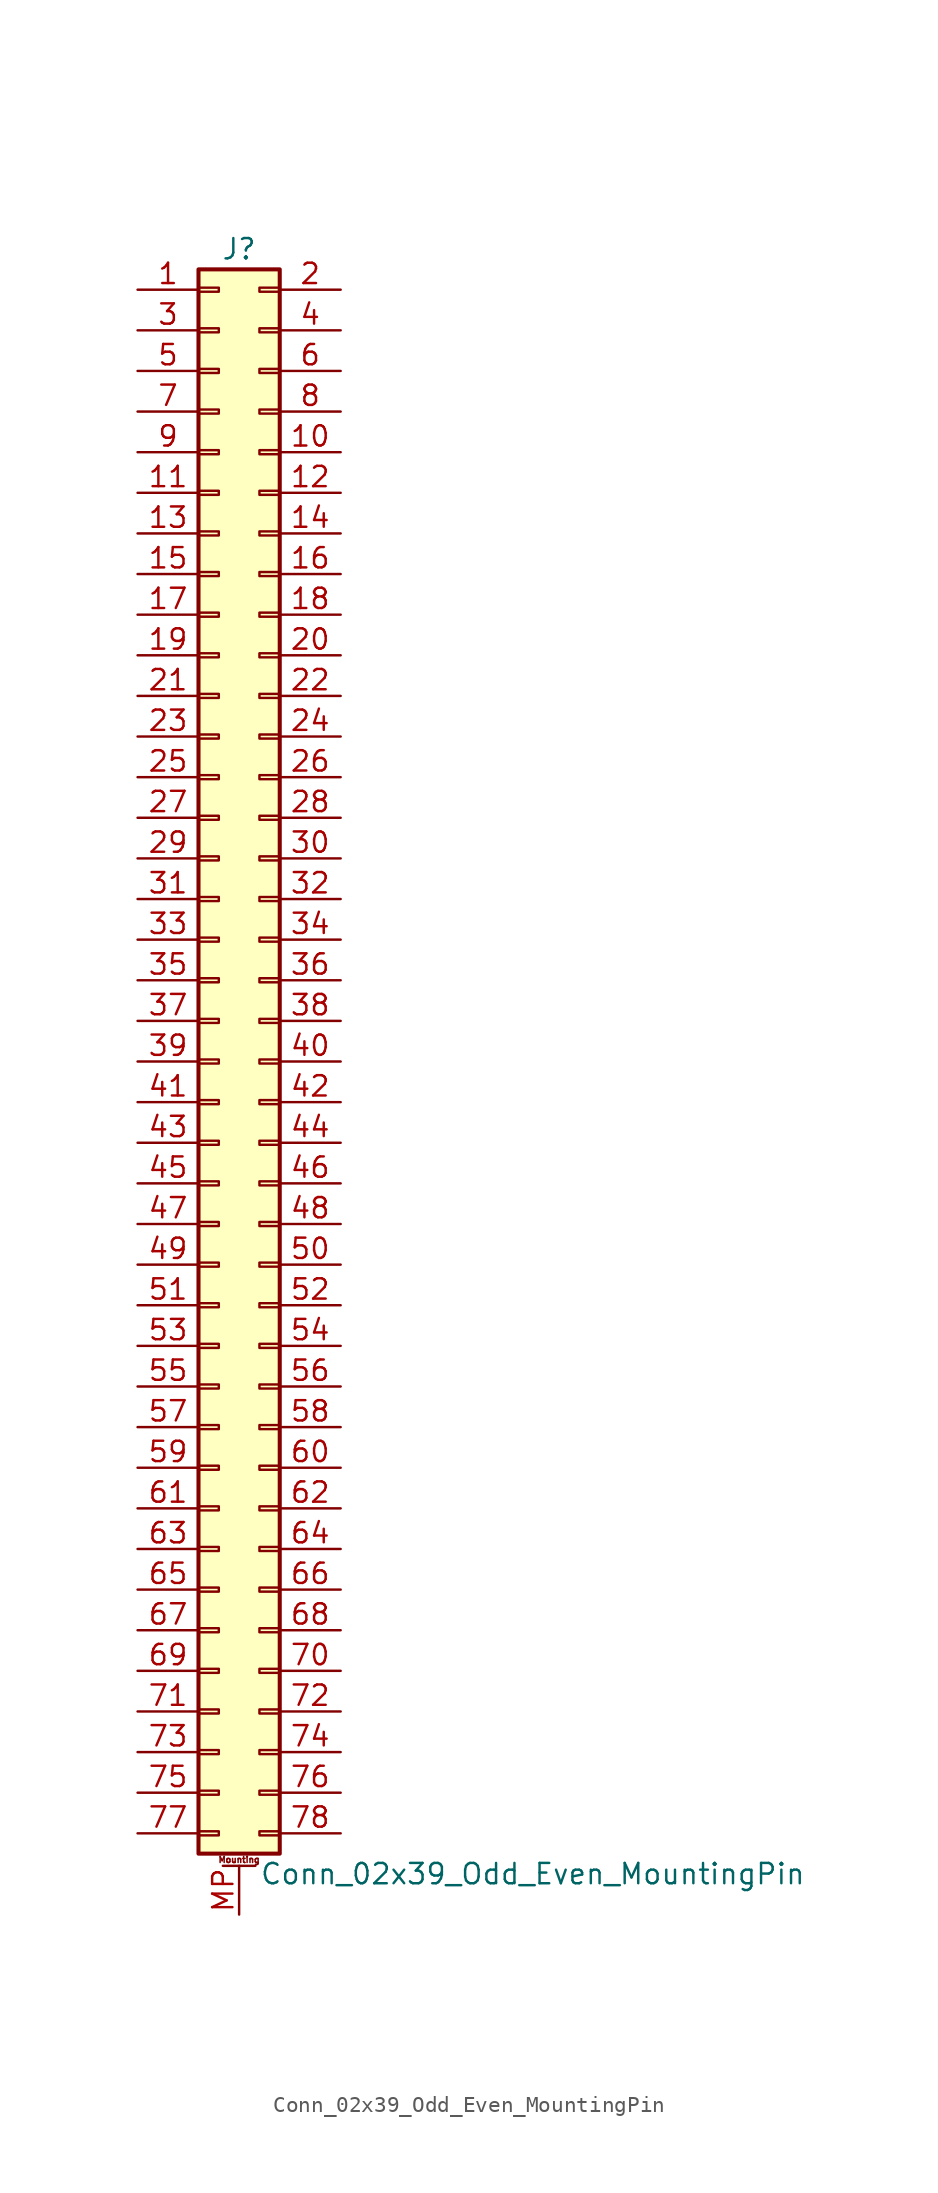
<source format=kicad_sym>
(kicad_symbol_lib
  (version 20201005)
  (generator kicad_symbol_editor)
  (symbol "Conn_02x39_Odd_Even_MountingPin"
    (pin_names
      (offset 1.016) hide)
    (property "Reference" "J"
      (at 1.27 50.8 0)
      (effects (font (size 1.27 1.27))))
    (property "Value" "Conn_02x39_Odd_Even_MountingPin"
      (at 2.54 -50.8 0)
      (effects (font (size 1.27 1.27)) (justify left)))
    (symbol "Conn_02x39_Odd_Even_MountingPin_1_1"
      (text "Mounting" (at 1.27 -49.911 0) (effects (font (size 0.381 0.381))))
      (rectangle (start -1.27 -48.133) (end 0 -48.387) (stroke (width 0.152)) (fill (type none)))
      (rectangle (start -1.27 -45.593) (end 0 -45.847) (stroke (width 0.152)) (fill (type none)))
      (rectangle (start -1.27 -43.053) (end 0 -43.307) (stroke (width 0.152)) (fill (type none)))
      (rectangle (start -1.27 -40.513) (end 0 -40.767) (stroke (width 0.152)) (fill (type none)))
      (rectangle (start -1.27 -37.973) (end 0 -38.227) (stroke (width 0.152)) (fill (type none)))
      (rectangle (start -1.27 -35.433) (end 0 -35.687) (stroke (width 0.152)) (fill (type none)))
      (rectangle (start -1.27 -32.893) (end 0 -33.147) (stroke (width 0.152)) (fill (type none)))
      (rectangle (start -1.27 -30.353) (end 0 -30.607) (stroke (width 0.152)) (fill (type none)))
      (rectangle (start -1.27 -27.813) (end 0 -28.067) (stroke (width 0.152)) (fill (type none)))
      (rectangle (start -1.27 -25.273) (end 0 -25.527) (stroke (width 0.152)) (fill (type none)))
      (rectangle (start -1.27 -22.733) (end 0 -22.987) (stroke (width 0.152)) (fill (type none)))
      (rectangle (start -1.27 -20.193) (end 0 -20.447) (stroke (width 0.152)) (fill (type none)))
      (rectangle (start -1.27 -17.653) (end 0 -17.907) (stroke (width 0.152)) (fill (type none)))
      (rectangle (start -1.27 -15.113) (end 0 -15.367) (stroke (width 0.152)) (fill (type none)))
      (rectangle (start -1.27 -12.573) (end 0 -12.827) (stroke (width 0.152)) (fill (type none)))
      (rectangle (start -1.27 -10.033) (end 0 -10.287) (stroke (width 0.152)) (fill (type none)))
      (rectangle (start -1.27 -7.493) (end 0 -7.747) (stroke (width 0.152)) (fill (type none)))
      (rectangle (start -1.27 -4.953) (end 0 -5.207) (stroke (width 0.152)) (fill (type none)))
      (rectangle (start -1.27 -2.413) (end 0 -2.667) (stroke (width 0.152)) (fill (type none)))
      (rectangle (start -1.27 0.127) (end 0 -0.127) (stroke (width 0.152)) (fill (type none)))
      (rectangle (start -1.27 2.667) (end 0 2.413) (stroke (width 0.152)) (fill (type none)))
      (rectangle (start -1.27 5.207) (end 0 4.953) (stroke (width 0.152)) (fill (type none)))
      (rectangle (start -1.27 7.747) (end 0 7.493) (stroke (width 0.152)) (fill (type none)))
      (rectangle (start -1.27 10.287) (end 0 10.033) (stroke (width 0.152)) (fill (type none)))
      (rectangle (start -1.27 12.827) (end 0 12.573) (stroke (width 0.152)) (fill (type none)))
      (rectangle (start -1.27 15.367) (end 0 15.113) (stroke (width 0.152)) (fill (type none)))
      (rectangle (start -1.27 17.907) (end 0 17.653) (stroke (width 0.152)) (fill (type none)))
      (rectangle (start -1.27 20.447) (end 0 20.193) (stroke (width 0.152)) (fill (type none)))
      (rectangle (start -1.27 22.987) (end 0 22.733) (stroke (width 0.152)) (fill (type none)))
      (rectangle (start -1.27 25.527) (end 0 25.273) (stroke (width 0.152)) (fill (type none)))
      (rectangle (start -1.27 28.067) (end 0 27.813) (stroke (width 0.152)) (fill (type none)))
      (rectangle (start -1.27 30.607) (end 0 30.353) (stroke (width 0.152)) (fill (type none)))
      (rectangle (start -1.27 33.147) (end 0 32.893) (stroke (width 0.152)) (fill (type none)))
      (rectangle (start -1.27 35.687) (end 0 35.433) (stroke (width 0.152)) (fill (type none)))
      (rectangle (start -1.27 38.227) (end 0 37.973) (stroke (width 0.152)) (fill (type none)))
      (rectangle (start -1.27 40.767) (end 0 40.513) (stroke (width 0.152)) (fill (type none)))
      (rectangle (start -1.27 43.307) (end 0 43.053) (stroke (width 0.152)) (fill (type none)))
      (rectangle (start -1.27 45.847) (end 0 45.593) (stroke (width 0.152)) (fill (type none)))
      (rectangle (start -1.27 48.387) (end 0 48.133) (stroke (width 0.152)) (fill (type none)))
      (rectangle (start 3.81 -48.133) (end 2.54 -48.387) (stroke (width 0.152)) (fill (type none)))
      (rectangle (start 3.81 -45.593) (end 2.54 -45.847) (stroke (width 0.152)) (fill (type none)))
      (rectangle (start 3.81 -43.053) (end 2.54 -43.307) (stroke (width 0.152)) (fill (type none)))
      (rectangle (start 3.81 -40.513) (end 2.54 -40.767) (stroke (width 0.152)) (fill (type none)))
      (rectangle (start 3.81 -37.973) (end 2.54 -38.227) (stroke (width 0.152)) (fill (type none)))
      (rectangle (start 3.81 -35.433) (end 2.54 -35.687) (stroke (width 0.152)) (fill (type none)))
      (rectangle (start 3.81 -32.893) (end 2.54 -33.147) (stroke (width 0.152)) (fill (type none)))
      (rectangle (start 3.81 -30.353) (end 2.54 -30.607) (stroke (width 0.152)) (fill (type none)))
      (rectangle (start 3.81 -27.813) (end 2.54 -28.067) (stroke (width 0.152)) (fill (type none)))
      (rectangle (start 3.81 -25.273) (end 2.54 -25.527) (stroke (width 0.152)) (fill (type none)))
      (rectangle (start 3.81 -22.733) (end 2.54 -22.987) (stroke (width 0.152)) (fill (type none)))
      (rectangle (start 3.81 -20.193) (end 2.54 -20.447) (stroke (width 0.152)) (fill (type none)))
      (rectangle (start 3.81 -17.653) (end 2.54 -17.907) (stroke (width 0.152)) (fill (type none)))
      (rectangle (start 3.81 -15.113) (end 2.54 -15.367) (stroke (width 0.152)) (fill (type none)))
      (rectangle (start 3.81 -12.573) (end 2.54 -12.827) (stroke (width 0.152)) (fill (type none)))
      (rectangle (start 3.81 -10.033) (end 2.54 -10.287) (stroke (width 0.152)) (fill (type none)))
      (rectangle (start 3.81 -7.493) (end 2.54 -7.747) (stroke (width 0.152)) (fill (type none)))
      (rectangle (start 3.81 -4.953) (end 2.54 -5.207) (stroke (width 0.152)) (fill (type none)))
      (rectangle (start 3.81 -2.413) (end 2.54 -2.667) (stroke (width 0.152)) (fill (type none)))
      (rectangle (start 3.81 0.127) (end 2.54 -0.127) (stroke (width 0.152)) (fill (type none)))
      (rectangle (start 3.81 2.667) (end 2.54 2.413) (stroke (width 0.152)) (fill (type none)))
      (rectangle (start 3.81 5.207) (end 2.54 4.953) (stroke (width 0.152)) (fill (type none)))
      (rectangle (start 3.81 7.747) (end 2.54 7.493) (stroke (width 0.152)) (fill (type none)))
      (rectangle (start 3.81 10.287) (end 2.54 10.033) (stroke (width 0.152)) (fill (type none)))
      (rectangle (start 3.81 12.827) (end 2.54 12.573) (stroke (width 0.152)) (fill (type none)))
      (rectangle (start 3.81 15.367) (end 2.54 15.113) (stroke (width 0.152)) (fill (type none)))
      (rectangle (start 3.81 17.907) (end 2.54 17.653) (stroke (width 0.152)) (fill (type none)))
      (rectangle (start 3.81 20.447) (end 2.54 20.193) (stroke (width 0.152)) (fill (type none)))
      (rectangle (start 3.81 22.987) (end 2.54 22.733) (stroke (width 0.152)) (fill (type none)))
      (rectangle (start 3.81 25.527) (end 2.54 25.273) (stroke (width 0.152)) (fill (type none)))
      (rectangle (start 3.81 28.067) (end 2.54 27.813) (stroke (width 0.152)) (fill (type none)))
      (rectangle (start 3.81 30.607) (end 2.54 30.353) (stroke (width 0.152)) (fill (type none)))
      (rectangle (start 3.81 33.147) (end 2.54 32.893) (stroke (width 0.152)) (fill (type none)))
      (rectangle (start 3.81 35.687) (end 2.54 35.433) (stroke (width 0.152)) (fill (type none)))
      (rectangle (start 3.81 38.227) (end 2.54 37.973) (stroke (width 0.152)) (fill (type none)))
      (rectangle (start 3.81 40.767) (end 2.54 40.513) (stroke (width 0.152)) (fill (type none)))
      (rectangle (start 3.81 43.307) (end 2.54 43.053) (stroke (width 0.152)) (fill (type none)))
      (rectangle (start 3.81 45.847) (end 2.54 45.593) (stroke (width 0.152)) (fill (type none)))
      (rectangle (start 3.81 48.387) (end 2.54 48.133) (stroke (width 0.152)) (fill (type none)))
      (rectangle (start -1.27 49.53) (end 3.81 -49.53) (stroke (width 0.254)) (fill (type background)))
      (polyline (pts (xy 0.254 -50.292) (xy 2.286 -50.292)) (stroke (width 0.152)) (fill (type none)))
      (pin passive line (at -5.08 48.26 0) (length 3.81) (name "Pin_1" (effects (font (size 1.27 1.27)))) (number "1" (effects (font (size 1.27 1.27)))))
      (pin passive line (at 7.62 38.1 180) (length 3.81) (name "Pin_10" (effects (font (size 1.27 1.27)))) (number "10" (effects (font (size 1.27 1.27)))))
      (pin passive line (at -5.08 35.56 0) (length 3.81) (name "Pin_11" (effects (font (size 1.27 1.27)))) (number "11" (effects (font (size 1.27 1.27)))))
      (pin passive line (at 7.62 35.56 180) (length 3.81) (name "Pin_12" (effects (font (size 1.27 1.27)))) (number "12" (effects (font (size 1.27 1.27)))))
      (pin passive line (at -5.08 33.02 0) (length 3.81) (name "Pin_13" (effects (font (size 1.27 1.27)))) (number "13" (effects (font (size 1.27 1.27)))))
      (pin passive line (at 7.62 33.02 180) (length 3.81) (name "Pin_14" (effects (font (size 1.27 1.27)))) (number "14" (effects (font (size 1.27 1.27)))))
      (pin passive line (at -5.08 30.48 0) (length 3.81) (name "Pin_15" (effects (font (size 1.27 1.27)))) (number "15" (effects (font (size 1.27 1.27)))))
      (pin passive line (at 7.62 30.48 180) (length 3.81) (name "Pin_16" (effects (font (size 1.27 1.27)))) (number "16" (effects (font (size 1.27 1.27)))))
      (pin passive line (at -5.08 27.94 0) (length 3.81) (name "Pin_17" (effects (font (size 1.27 1.27)))) (number "17" (effects (font (size 1.27 1.27)))))
      (pin passive line (at 7.62 27.94 180) (length 3.81) (name "Pin_18" (effects (font (size 1.27 1.27)))) (number "18" (effects (font (size 1.27 1.27)))))
      (pin passive line (at -5.08 25.4 0) (length 3.81) (name "Pin_19" (effects (font (size 1.27 1.27)))) (number "19" (effects (font (size 1.27 1.27)))))
      (pin passive line (at 7.62 48.26 180) (length 3.81) (name "Pin_2" (effects (font (size 1.27 1.27)))) (number "2" (effects (font (size 1.27 1.27)))))
      (pin passive line (at 7.62 25.4 180) (length 3.81) (name "Pin_20" (effects (font (size 1.27 1.27)))) (number "20" (effects (font (size 1.27 1.27)))))
      (pin passive line (at -5.08 22.86 0) (length 3.81) (name "Pin_21" (effects (font (size 1.27 1.27)))) (number "21" (effects (font (size 1.27 1.27)))))
      (pin passive line (at 7.62 22.86 180) (length 3.81) (name "Pin_22" (effects (font (size 1.27 1.27)))) (number "22" (effects (font (size 1.27 1.27)))))
      (pin passive line (at -5.08 20.32 0) (length 3.81) (name "Pin_23" (effects (font (size 1.27 1.27)))) (number "23" (effects (font (size 1.27 1.27)))))
      (pin passive line (at 7.62 20.32 180) (length 3.81) (name "Pin_24" (effects (font (size 1.27 1.27)))) (number "24" (effects (font (size 1.27 1.27)))))
      (pin passive line (at -5.08 17.78 0) (length 3.81) (name "Pin_25" (effects (font (size 1.27 1.27)))) (number "25" (effects (font (size 1.27 1.27)))))
      (pin passive line (at 7.62 17.78 180) (length 3.81) (name "Pin_26" (effects (font (size 1.27 1.27)))) (number "26" (effects (font (size 1.27 1.27)))))
      (pin passive line (at -5.08 15.24 0) (length 3.81) (name "Pin_27" (effects (font (size 1.27 1.27)))) (number "27" (effects (font (size 1.27 1.27)))))
      (pin passive line (at 7.62 15.24 180) (length 3.81) (name "Pin_28" (effects (font (size 1.27 1.27)))) (number "28" (effects (font (size 1.27 1.27)))))
      (pin passive line (at -5.08 12.7 0) (length 3.81) (name "Pin_29" (effects (font (size 1.27 1.27)))) (number "29" (effects (font (size 1.27 1.27)))))
      (pin passive line (at -5.08 45.72 0) (length 3.81) (name "Pin_3" (effects (font (size 1.27 1.27)))) (number "3" (effects (font (size 1.27 1.27)))))
      (pin passive line (at 7.62 12.7 180) (length 3.81) (name "Pin_30" (effects (font (size 1.27 1.27)))) (number "30" (effects (font (size 1.27 1.27)))))
      (pin passive line (at -5.08 10.16 0) (length 3.81) (name "Pin_31" (effects (font (size 1.27 1.27)))) (number "31" (effects (font (size 1.27 1.27)))))
      (pin passive line (at 7.62 10.16 180) (length 3.81) (name "Pin_32" (effects (font (size 1.27 1.27)))) (number "32" (effects (font (size 1.27 1.27)))))
      (pin passive line (at -5.08 7.62 0) (length 3.81) (name "Pin_33" (effects (font (size 1.27 1.27)))) (number "33" (effects (font (size 1.27 1.27)))))
      (pin passive line (at 7.62 7.62 180) (length 3.81) (name "Pin_34" (effects (font (size 1.27 1.27)))) (number "34" (effects (font (size 1.27 1.27)))))
      (pin passive line (at -5.08 5.08 0) (length 3.81) (name "Pin_35" (effects (font (size 1.27 1.27)))) (number "35" (effects (font (size 1.27 1.27)))))
      (pin passive line (at 7.62 5.08 180) (length 3.81) (name "Pin_36" (effects (font (size 1.27 1.27)))) (number "36" (effects (font (size 1.27 1.27)))))
      (pin passive line (at -5.08 2.54 0) (length 3.81) (name "Pin_37" (effects (font (size 1.27 1.27)))) (number "37" (effects (font (size 1.27 1.27)))))
      (pin passive line (at 7.62 2.54 180) (length 3.81) (name "Pin_38" (effects (font (size 1.27 1.27)))) (number "38" (effects (font (size 1.27 1.27)))))
      (pin passive line (at -5.08 0 0) (length 3.81) (name "Pin_39" (effects (font (size 1.27 1.27)))) (number "39" (effects (font (size 1.27 1.27)))))
      (pin passive line (at 7.62 45.72 180) (length 3.81) (name "Pin_4" (effects (font (size 1.27 1.27)))) (number "4" (effects (font (size 1.27 1.27)))))
      (pin passive line (at 7.62 0 180) (length 3.81) (name "Pin_40" (effects (font (size 1.27 1.27)))) (number "40" (effects (font (size 1.27 1.27)))))
      (pin passive line (at -5.08 -2.54 0) (length 3.81) (name "Pin_41" (effects (font (size 1.27 1.27)))) (number "41" (effects (font (size 1.27 1.27)))))
      (pin passive line (at 7.62 -2.54 180) (length 3.81) (name "Pin_42" (effects (font (size 1.27 1.27)))) (number "42" (effects (font (size 1.27 1.27)))))
      (pin passive line (at -5.08 -5.08 0) (length 3.81) (name "Pin_43" (effects (font (size 1.27 1.27)))) (number "43" (effects (font (size 1.27 1.27)))))
      (pin passive line (at 7.62 -5.08 180) (length 3.81) (name "Pin_44" (effects (font (size 1.27 1.27)))) (number "44" (effects (font (size 1.27 1.27)))))
      (pin passive line (at -5.08 -7.62 0) (length 3.81) (name "Pin_45" (effects (font (size 1.27 1.27)))) (number "45" (effects (font (size 1.27 1.27)))))
      (pin passive line (at 7.62 -7.62 180) (length 3.81) (name "Pin_46" (effects (font (size 1.27 1.27)))) (number "46" (effects (font (size 1.27 1.27)))))
      (pin passive line (at -5.08 -10.16 0) (length 3.81) (name "Pin_47" (effects (font (size 1.27 1.27)))) (number "47" (effects (font (size 1.27 1.27)))))
      (pin passive line (at 7.62 -10.16 180) (length 3.81) (name "Pin_48" (effects (font (size 1.27 1.27)))) (number "48" (effects (font (size 1.27 1.27)))))
      (pin passive line (at -5.08 -12.7 0) (length 3.81) (name "Pin_49" (effects (font (size 1.27 1.27)))) (number "49" (effects (font (size 1.27 1.27)))))
      (pin passive line (at -5.08 43.18 0) (length 3.81) (name "Pin_5" (effects (font (size 1.27 1.27)))) (number "5" (effects (font (size 1.27 1.27)))))
      (pin passive line (at 7.62 -12.7 180) (length 3.81) (name "Pin_50" (effects (font (size 1.27 1.27)))) (number "50" (effects (font (size 1.27 1.27)))))
      (pin passive line (at -5.08 -15.24 0) (length 3.81) (name "Pin_51" (effects (font (size 1.27 1.27)))) (number "51" (effects (font (size 1.27 1.27)))))
      (pin passive line (at 7.62 -15.24 180) (length 3.81) (name "Pin_52" (effects (font (size 1.27 1.27)))) (number "52" (effects (font (size 1.27 1.27)))))
      (pin passive line (at -5.08 -17.78 0) (length 3.81) (name "Pin_53" (effects (font (size 1.27 1.27)))) (number "53" (effects (font (size 1.27 1.27)))))
      (pin passive line (at 7.62 -17.78 180) (length 3.81) (name "Pin_54" (effects (font (size 1.27 1.27)))) (number "54" (effects (font (size 1.27 1.27)))))
      (pin passive line (at -5.08 -20.32 0) (length 3.81) (name "Pin_55" (effects (font (size 1.27 1.27)))) (number "55" (effects (font (size 1.27 1.27)))))
      (pin passive line (at 7.62 -20.32 180) (length 3.81) (name "Pin_56" (effects (font (size 1.27 1.27)))) (number "56" (effects (font (size 1.27 1.27)))))
      (pin passive line (at -5.08 -22.86 0) (length 3.81) (name "Pin_57" (effects (font (size 1.27 1.27)))) (number "57" (effects (font (size 1.27 1.27)))))
      (pin passive line (at 7.62 -22.86 180) (length 3.81) (name "Pin_58" (effects (font (size 1.27 1.27)))) (number "58" (effects (font (size 1.27 1.27)))))
      (pin passive line (at -5.08 -25.4 0) (length 3.81) (name "Pin_59" (effects (font (size 1.27 1.27)))) (number "59" (effects (font (size 1.27 1.27)))))
      (pin passive line (at 7.62 43.18 180) (length 3.81) (name "Pin_6" (effects (font (size 1.27 1.27)))) (number "6" (effects (font (size 1.27 1.27)))))
      (pin passive line (at 7.62 -25.4 180) (length 3.81) (name "Pin_60" (effects (font (size 1.27 1.27)))) (number "60" (effects (font (size 1.27 1.27)))))
      (pin passive line (at -5.08 -27.94 0) (length 3.81) (name "Pin_61" (effects (font (size 1.27 1.27)))) (number "61" (effects (font (size 1.27 1.27)))))
      (pin passive line (at 7.62 -27.94 180) (length 3.81) (name "Pin_62" (effects (font (size 1.27 1.27)))) (number "62" (effects (font (size 1.27 1.27)))))
      (pin passive line (at -5.08 -30.48 0) (length 3.81) (name "Pin_63" (effects (font (size 1.27 1.27)))) (number "63" (effects (font (size 1.27 1.27)))))
      (pin passive line (at 7.62 -30.48 180) (length 3.81) (name "Pin_64" (effects (font (size 1.27 1.27)))) (number "64" (effects (font (size 1.27 1.27)))))
      (pin passive line (at -5.08 -33.02 0) (length 3.81) (name "Pin_65" (effects (font (size 1.27 1.27)))) (number "65" (effects (font (size 1.27 1.27)))))
      (pin passive line (at 7.62 -33.02 180) (length 3.81) (name "Pin_66" (effects (font (size 1.27 1.27)))) (number "66" (effects (font (size 1.27 1.27)))))
      (pin passive line (at -5.08 -35.56 0) (length 3.81) (name "Pin_67" (effects (font (size 1.27 1.27)))) (number "67" (effects (font (size 1.27 1.27)))))
      (pin passive line (at 7.62 -35.56 180) (length 3.81) (name "Pin_68" (effects (font (size 1.27 1.27)))) (number "68" (effects (font (size 1.27 1.27)))))
      (pin passive line (at -5.08 -38.1 0) (length 3.81) (name "Pin_69" (effects (font (size 1.27 1.27)))) (number "69" (effects (font (size 1.27 1.27)))))
      (pin passive line (at -5.08 40.64 0) (length 3.81) (name "Pin_7" (effects (font (size 1.27 1.27)))) (number "7" (effects (font (size 1.27 1.27)))))
      (pin passive line (at 7.62 -38.1 180) (length 3.81) (name "Pin_70" (effects (font (size 1.27 1.27)))) (number "70" (effects (font (size 1.27 1.27)))))
      (pin passive line (at -5.08 -40.64 0) (length 3.81) (name "Pin_71" (effects (font (size 1.27 1.27)))) (number "71" (effects (font (size 1.27 1.27)))))
      (pin passive line (at 7.62 -40.64 180) (length 3.81) (name "Pin_72" (effects (font (size 1.27 1.27)))) (number "72" (effects (font (size 1.27 1.27)))))
      (pin passive line (at -5.08 -43.18 0) (length 3.81) (name "Pin_73" (effects (font (size 1.27 1.27)))) (number "73" (effects (font (size 1.27 1.27)))))
      (pin passive line (at 7.62 -43.18 180) (length 3.81) (name "Pin_74" (effects (font (size 1.27 1.27)))) (number "74" (effects (font (size 1.27 1.27)))))
      (pin passive line (at -5.08 -45.72 0) (length 3.81) (name "Pin_75" (effects (font (size 1.27 1.27)))) (number "75" (effects (font (size 1.27 1.27)))))
      (pin passive line (at 7.62 -45.72 180) (length 3.81) (name "Pin_76" (effects (font (size 1.27 1.27)))) (number "76" (effects (font (size 1.27 1.27)))))
      (pin passive line (at -5.08 -48.26 0) (length 3.81) (name "Pin_77" (effects (font (size 1.27 1.27)))) (number "77" (effects (font (size 1.27 1.27)))))
      (pin passive line (at 7.62 -48.26 180) (length 3.81) (name "Pin_78" (effects (font (size 1.27 1.27)))) (number "78" (effects (font (size 1.27 1.27)))))
      (pin passive line (at 7.62 40.64 180) (length 3.81) (name "Pin_8" (effects (font (size 1.27 1.27)))) (number "8" (effects (font (size 1.27 1.27)))))
      (pin passive line (at -5.08 38.1 0) (length 3.81) (name "Pin_9" (effects (font (size 1.27 1.27)))) (number "9" (effects (font (size 1.27 1.27)))))
      (pin passive line (at 1.27 -53.34 90) (length 3.048) (name "MountPin" (effects (font (size 1.27 1.27)))) (number "MP" (effects (font (size 1.27 1.27))))))))
</source>
